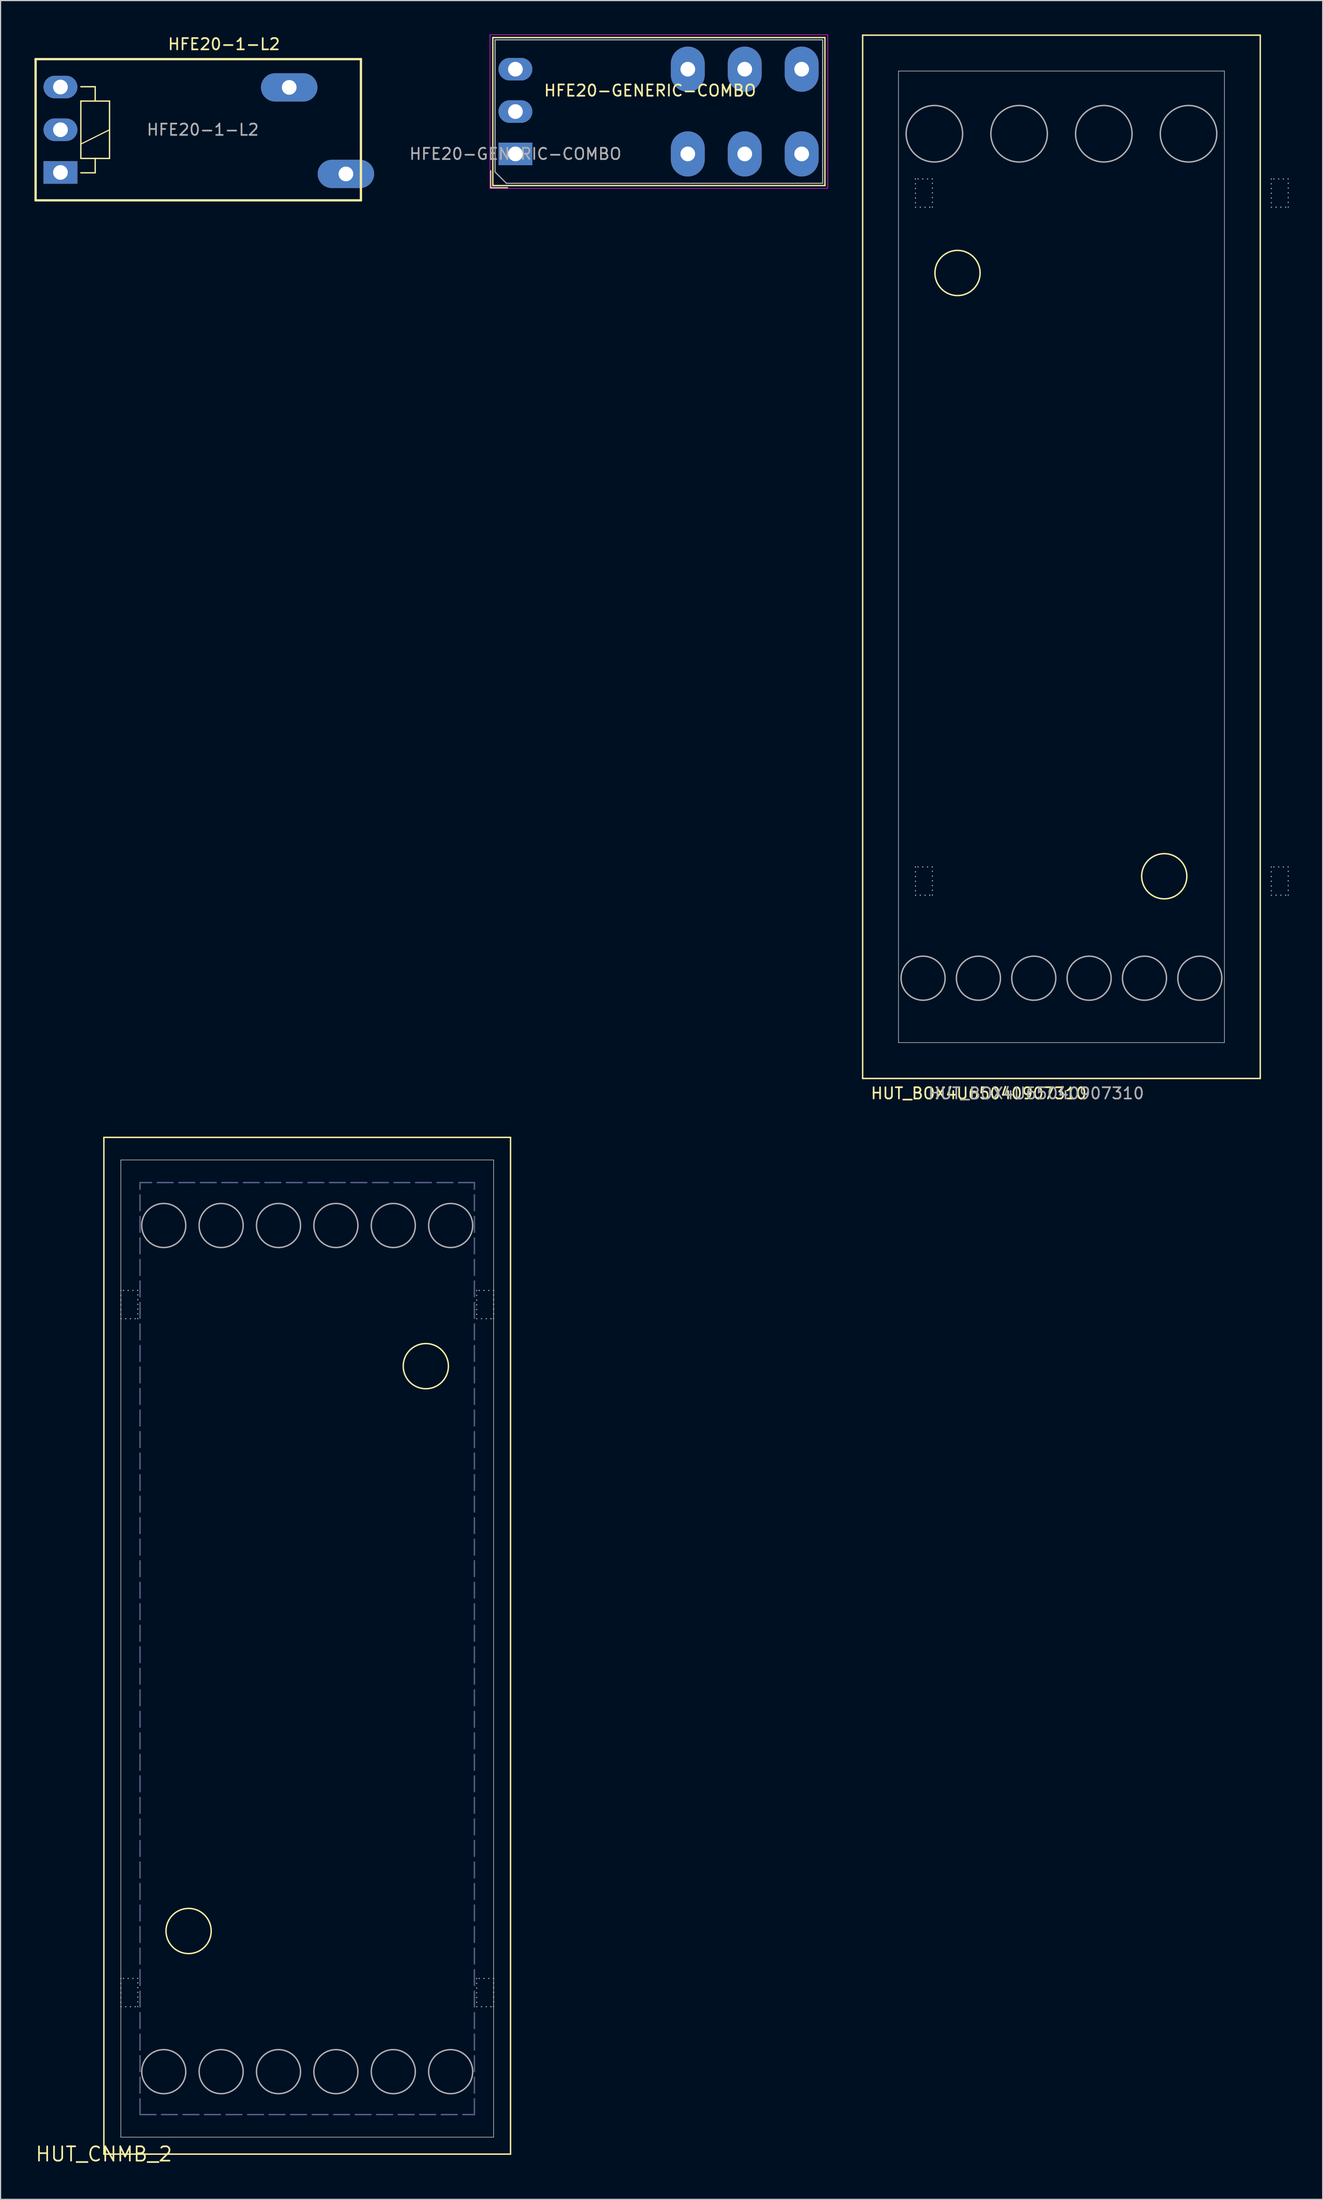
<source format=kicad_pcb>
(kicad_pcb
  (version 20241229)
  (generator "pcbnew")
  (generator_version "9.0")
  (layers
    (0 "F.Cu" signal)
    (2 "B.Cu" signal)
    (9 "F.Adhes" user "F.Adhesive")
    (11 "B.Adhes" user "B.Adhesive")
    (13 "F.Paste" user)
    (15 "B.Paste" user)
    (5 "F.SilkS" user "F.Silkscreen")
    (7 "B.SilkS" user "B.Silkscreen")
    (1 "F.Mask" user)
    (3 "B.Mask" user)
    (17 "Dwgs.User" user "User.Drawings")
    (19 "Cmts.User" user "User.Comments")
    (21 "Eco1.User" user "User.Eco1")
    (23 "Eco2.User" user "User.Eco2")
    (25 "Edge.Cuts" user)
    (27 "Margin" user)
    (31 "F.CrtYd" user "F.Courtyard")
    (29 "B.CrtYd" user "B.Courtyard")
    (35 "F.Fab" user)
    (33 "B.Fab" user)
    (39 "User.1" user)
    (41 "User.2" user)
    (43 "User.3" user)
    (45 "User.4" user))
  (footprint "HFE20-GENERIC-COMBO"
    (layer "F.Cu")
    (at 42.578 10.575)
    (property "Reference" "HFE20-GENERIC-COMBO" (at 2.44 -5.02 0) (layer "F.SilkS") (effects (font (size 1 1) (thickness 0.15)) (justify left bottom)))
    (attr through_hole)
    (fp_line (start -2.2 1.5) (end -2.2 3) (stroke (width 0.12) (type solid)) (layer "F.SilkS"))
    (fp_line (start -2.2 3) (end -0.7 3) (stroke (width 0.12) (type solid)) (layer "F.SilkS"))
    (fp_line (start -2 -10.3) (end -2 2.8) (stroke (width 0.12) (type solid)) (layer "F.SilkS"))
    (fp_line (start -2 2.8) (end 27.4 2.8) (stroke (width 0.12) (type solid)) (layer "F.SilkS"))
    (fp_line (start 27.4 -10.3) (end -2 -10.3) (stroke (width 0.12) (type solid)) (layer "F.SilkS"))
    (fp_line (start 27.4 2.8) (end 27.4 -10.3) (stroke (width 0.12) (type solid)) (layer "F.SilkS"))
    (fp_line (start -2.25 -10.55) (end -2.25 3.05) (stroke (width 0.05) (type solid)) (layer "F.CrtYd"))
    (fp_line (start -2.25 3.05) (end 27.65 3.05) (stroke (width 0.05) (type solid)) (layer "F.CrtYd"))
    (fp_line (start 27.65 -10.55) (end -2.25 -10.55) (stroke (width 0.05) (type solid)) (layer "F.CrtYd"))
    (fp_line (start 27.65 3.05) (end 27.65 -10.55) (stroke (width 0.05) (type solid)) (layer "F.CrtYd"))
    (fp_line (start -1.8 -10.1) (end -1.8 1.6) (stroke (width 0.1) (type solid)) (layer "F.Fab"))
    (fp_line (start -1.8 1.6) (end -0.8 2.6) (stroke (width 0.1) (type solid)) (layer "F.Fab"))
    (fp_line (start -0.8 2.6) (end 27.2 2.6) (stroke (width 0.1) (type solid)) (layer "F.Fab"))
    (fp_line (start 27.2 -10.1) (end -1.8 -10.1) (stroke (width 0.1) (type solid)) (layer "F.Fab"))
    (fp_line (start 27.2 2.6) (end 27.2 -10.1) (stroke (width 0.1) (type solid)) (layer "F.Fab"))
    (fp_text user "${REFERENCE}" (at 0 0 0) (layer "F.Fab") (effects (font (size 1 1) (thickness 0.15))))
    (pad "11" thru_hole oval (at 20.3 -7.5 180) (size 3 4) (drill 1.3) (layers "*.Cu" "*.Mask"))
    (pad "11" thru_hole oval (at 20.3 0 180) (size 3 4) (drill 1.3) (layers "*.Cu" "*.Mask"))
    (pad "12" thru_hole oval (at 15.26 -7.5 180) (size 3 4) (drill 1.3) (layers "*.Cu" "*.Mask"))
    (pad "12" thru_hole oval (at 15.26 0 180) (size 3 4) (drill 1.3) (layers "*.Cu" "*.Mask"))
    (pad "14" thru_hole oval (at 25.34 -7.5 180) (size 3 4) (drill 1.3) (layers "*.Cu" "*.Mask"))
    (pad "14" thru_hole oval (at 25.34 0 180) (size 3 4) (drill 1.3) (layers "*.Cu" "*.Mask"))
    (pad "A1" thru_hole rect (at 0 0 180) (size 3 2) (drill 1.3) (layers "*.Cu" "*.Mask"))
    (pad "A2" thru_hole oval (at 0 -7.5 180) (size 3 2) (drill 1.3) (layers "*.Cu" "*.Mask"))
    (pad "A3" thru_hole oval (at 0 -3.75 180) (size 3 2) (drill 1.3) (layers "*.Cu" "*.Mask")))
  (footprint "HUT_CNMB_2"
    (layer "F.Cu")
    (at 6.146 187.629)
    (property "Reference" "HUT_CNMB_2" (at 0 0 0) (layer "F.SilkS") (effects (font (size 1.27 1.27) (thickness 0.15))))
    (fp_line (start 0 -90) (end 36 -90) (stroke (width 0.127) (type solid)) (layer "F.SilkS"))
    (fp_line (start 0 0) (end 0 -90) (stroke (width 0.127) (type solid)) (layer "F.SilkS"))
    (fp_line (start 36 -90) (end 36 0) (stroke (width 0.127) (type solid)) (layer "F.SilkS"))
    (fp_line (start 36 0) (end 0 0) (stroke (width 0.127) (type solid)) (layer "F.SilkS"))
    (fp_circle (center 7.5 -19.75) (end 9.5 -19.75) (stroke (width 0.127) (type solid)) (fill no) (layer "F.SilkS"))
    (fp_circle (center 28.5 -69.75) (end 30.5 -69.75) (stroke (width 0.127) (type solid)) (fill no) (layer "F.SilkS"))
    (fp_line (start 1.5 -88) (end 1.5 -1.5) (stroke (width 0.05) (type solid)) (layer "Edge.Cuts"))
    (fp_line (start 1.5 -1.5) (end 34.5 -1.5) (stroke (width 0.05) (type solid)) (layer "Edge.Cuts"))
    (fp_line (start 34.5 -88) (end 1.5 -88) (stroke (width 0.05) (type solid)) (layer "Edge.Cuts"))
    (fp_line (start 34.5 -1.5) (end 34.5 -88) (stroke (width 0.05) (type solid)) (layer "Edge.Cuts"))
    (fp_line (start 3.2 -3.5) (end 3.2 -86) (stroke (width 0.127) (type dash)) (layer "B.Fab"))
    (fp_line (start 3.2 -3.5) (end 32.8 -3.5) (stroke (width 0.127) (type dash)) (layer "B.Fab"))
    (fp_line (start 32.8 -86) (end 3.2 -86) (stroke (width 0.127) (type dash)) (layer "B.Fab"))
    (fp_line (start 32.8 -3.5) (end 32.8 -86) (stroke (width 0.127) (type dash)) (layer "B.Fab"))
    (fp_rect (start 1.5 -73.95) (end 3 -76.45) (stroke (width 0.1) (type dot)) (fill no) (layer "F.Fab"))
    (fp_rect (start 1.5 -13.05) (end 3 -15.55) (stroke (width 0.1) (type dot)) (fill no) (layer "F.Fab"))
    (fp_rect (start 33 -73.95) (end 34.5 -76.45) (stroke (width 0.1) (type dot)) (fill no) (layer "F.Fab"))
    (fp_rect (start 33 -13.05) (end 34.5 -15.55) (stroke (width 0.1) (type dot)) (fill no) (layer "F.Fab"))
    (fp_circle (center 5.3 -82.2) (end 7.25 -82.2) (stroke (width 0.127) (type solid)) (fill no) (layer "F.Fab"))
    (fp_circle (center 5.3 -7.3) (end 7.25 -7.3) (stroke (width 0.127) (type solid)) (fill no) (layer "F.Fab"))
    (fp_circle (center 10.38 -82.2) (end 12.33 -82.2) (stroke (width 0.127) (type solid)) (fill no) (layer "F.Fab"))
    (fp_circle (center 10.38 -7.3) (end 12.33 -7.3) (stroke (width 0.127) (type solid)) (fill no) (layer "F.Fab"))
    (fp_circle (center 15.46 -82.2) (end 17.41 -82.2) (stroke (width 0.127) (type solid)) (fill no) (layer "F.Fab"))
    (fp_circle (center 15.46 -7.3) (end 17.41 -7.3) (stroke (width 0.127) (type solid)) (fill no) (layer "F.Fab"))
    (fp_circle (center 20.54 -82.2) (end 22.49 -82.2) (stroke (width 0.127) (type solid)) (fill no) (layer "F.Fab"))
    (fp_circle (center 20.54 -7.3) (end 22.49 -7.3) (stroke (width 0.127) (type solid)) (fill no) (layer "F.Fab"))
    (fp_circle (center 25.62 -82.2) (end 27.57 -82.2) (stroke (width 0.127) (type solid)) (fill no) (layer "F.Fab"))
    (fp_circle (center 25.62 -7.3) (end 27.57 -7.3) (stroke (width 0.127) (type solid)) (fill no) (layer "F.Fab"))
    (fp_circle (center 30.7 -82.2) (end 32.65 -82.2) (stroke (width 0.127) (type solid)) (fill no) (layer "F.Fab"))
    (fp_circle (center 30.7 -7.3) (end 32.65 -7.3) (stroke (width 0.127) (type solid)) (fill no) (layer "F.Fab")))
  (footprint "HFE20-1-L2"
    (layer "F.Cu")
    (at 2.302 12.215)
    (property "Reference" "HFE20-1-L2" (at 9.425 -10.765 0) (layer "F.SilkS") (effects (font (size 1 1) (thickness 0.15)) (justify left bottom)))
    (attr through_hole)
    (fp_line (start -2.2 -10.03) (end 26.6 -10.03) (stroke (width 0.203) (type solid)) (layer "F.SilkS"))
    (fp_line (start -2.2 2.47) (end -2.2 -10.03) (stroke (width 0.203) (type solid)) (layer "F.SilkS"))
    (fp_line (start 1.805 -6.32) (end 1.805 -1.24) (stroke (width 0.12) (type solid)) (layer "F.SilkS"))
    (fp_line (start 1.805 -2.51) (end 4.345 -3.78) (stroke (width 0.1) (type solid)) (layer "F.SilkS"))
    (fp_line (start 1.805 -1.24) (end 3.075 -1.24) (stroke (width 0.12) (type solid)) (layer "F.SilkS"))
    (fp_line (start 1.805 0.03) (end 3.075 0.03) (stroke (width 0.12) (type solid)) (layer "F.SilkS"))
    (fp_line (start 3.075 -7.59) (end 1.805 -7.59) (stroke (width 0.12) (type solid)) (layer "F.SilkS"))
    (fp_line (start 3.075 -6.32) (end 3.075 -7.59) (stroke (width 0.12) (type solid)) (layer "F.SilkS"))
    (fp_line (start 3.075 -1.24) (end 4.345 -1.24) (stroke (width 0.12) (type solid)) (layer "F.SilkS"))
    (fp_line (start 3.075 0.03) (end 3.075 -1.24) (stroke (width 0.12) (type solid)) (layer "F.SilkS"))
    (fp_line (start 4.345 -6.32) (end 1.805 -6.32) (stroke (width 0.12) (type solid)) (layer "F.SilkS"))
    (fp_line (start 4.345 -1.24) (end 4.345 -6.32) (stroke (width 0.12) (type solid)) (layer "F.SilkS"))
    (fp_line (start 26.6 -10.03) (end 26.6 2.47) (stroke (width 0.203) (type solid)) (layer "F.SilkS"))
    (fp_line (start 26.6 2.47) (end -2.2 2.47) (stroke (width 0.203) (type solid)) (layer "F.SilkS"))
    (fp_text user "${REFERENCE}" (at 12.6 -3.78 0) (layer "F.Fab") (effects (font (size 1 1) (thickness 0.15))))
    (pad "11" thru_hole oval (at 20.25 -7.53 180) (size 5 2.5) (drill 1.3) (layers "*.Cu" "*.Mask"))
    (pad "14" thru_hole oval (at 25.27 0.13 180) (size 5 2.5) (drill 1.3) (layers "*.Cu" "*.Mask"))
    (pad "A1" thru_hole rect (at 0 0) (size 3 2) (drill 1.3) (layers "*.Cu" "*.Mask"))
    (pad "A2" thru_hole oval (at 0 -7.56) (size 3 2) (drill 1.3) (layers "*.Cu" "*.Mask"))
    (pad "A3" thru_hole oval (at 0 -3.78) (size 3 2) (drill 1.3) (layers "*.Cu" "*.Mask")))
  (footprint "HUT_BOX4U65040907310"
    (layer "F.Cu")
    (at 76.491 89.239)
    (property "Reference" "HUT_BOX4U65040907310" (at -2.54 5.08 0) (layer "F.SilkS") (effects (font (size 1 1) (thickness 0.15)) (justify left bottom)))
    (fp_line (start -3.175 -89.175) (end -3.175 3.175) (stroke (width 0.127) (type solid)) (layer "F.SilkS"))
    (fp_line (start -3.175 -89.175) (end 32.025 -89.175) (stroke (width 0.127) (type solid)) (layer "F.SilkS"))
    (fp_line (start 32.025 -89.175) (end 32.025 3.175) (stroke (width 0.127) (type solid)) (layer "F.SilkS"))
    (fp_line (start 32.025 3.175) (end -3.175 3.175) (stroke (width 0.127) (type solid)) (layer "F.SilkS"))
    (fp_circle (center 5.225 -68.125) (end 7.225 -68.125) (stroke (width 0.127) (type solid)) (fill no) (layer "F.SilkS"))
    (fp_circle (center 23.525 -14.725) (end 25.525 -14.725) (stroke (width 0.127) (type solid)) (fill no) (layer "F.SilkS"))
    (fp_line (start 0 -86) (end 0 0) (stroke (width 0.05) (type solid)) (layer "Edge.Cuts"))
    (fp_line (start 0 0) (end 28.85 0) (stroke (width 0.05) (type solid)) (layer "Edge.Cuts"))
    (fp_line (start 28.85 -86) (end 0 -86) (stroke (width 0.05) (type solid)) (layer "Edge.Cuts"))
    (fp_line (start 28.85 0) (end 28.85 -86) (stroke (width 0.05) (type solid)) (layer "Edge.Cuts"))
    (fp_rect (start 1.5 -73.95) (end 3 -76.45) (stroke (width 0.1) (type dot)) (fill no) (layer "F.Fab"))
    (fp_rect (start 1.5 -13.05) (end 3 -15.55) (stroke (width 0.1) (type dot)) (fill no) (layer "F.Fab"))
    (fp_rect (start 33 -73.95) (end 34.5 -76.45) (stroke (width 0.1) (type dot)) (fill no) (layer "F.Fab"))
    (fp_rect (start 33 -13.05) (end 34.5 -15.55) (stroke (width 0.1) (type dot)) (fill no) (layer "F.Fab"))
    (fp_circle (center 2.175 -5.7) (end 4.125 -5.7) (stroke (width 0.127) (type solid)) (fill no) (layer "F.Fab"))
    (fp_circle (center 3.175 -80.45) (end 5.675 -80.45) (stroke (width 0.127) (type solid)) (fill no) (layer "F.Fab"))
    (fp_circle (center 7.075 -5.7) (end 9.025 -5.7) (stroke (width 0.127) (type solid)) (fill no) (layer "F.Fab"))
    (fp_circle (center 10.675 -80.45) (end 13.175 -80.45) (stroke (width 0.127) (type solid)) (fill no) (layer "F.Fab"))
    (fp_circle (center 11.975 -5.7) (end 13.925 -5.7) (stroke (width 0.127) (type solid)) (fill no) (layer "F.Fab"))
    (fp_circle (center 16.875 -5.7) (end 18.825 -5.7) (stroke (width 0.127) (type solid)) (fill no) (layer "F.Fab"))
    (fp_circle (center 18.175 -80.45) (end 20.675 -80.45) (stroke (width 0.127) (type solid)) (fill no) (layer "F.Fab"))
    (fp_circle (center 21.775 -5.7) (end 23.725 -5.7) (stroke (width 0.127) (type solid)) (fill no) (layer "F.Fab"))
    (fp_circle (center 25.675 -80.45) (end 28.175 -80.45) (stroke (width 0.127) (type solid)) (fill no) (layer "F.Fab"))
    (fp_circle (center 26.675 -5.7) (end 28.625 -5.7) (stroke (width 0.127) (type solid)) (fill no) (layer "F.Fab"))
    (fp_text user "${REFERENCE}" (at 2.54 5.08 0) (unlocked yes) (layer "F.Fab") (effects (font (size 1 1) (thickness 0.15)) (justify left bottom))))
  (gr_rect
    (start -3 -3)
    (end 114.041 191.635)
    (stroke (width 0.1) (type default))
    (fill no)
    (layer "Edge.Cuts")))
</source>
